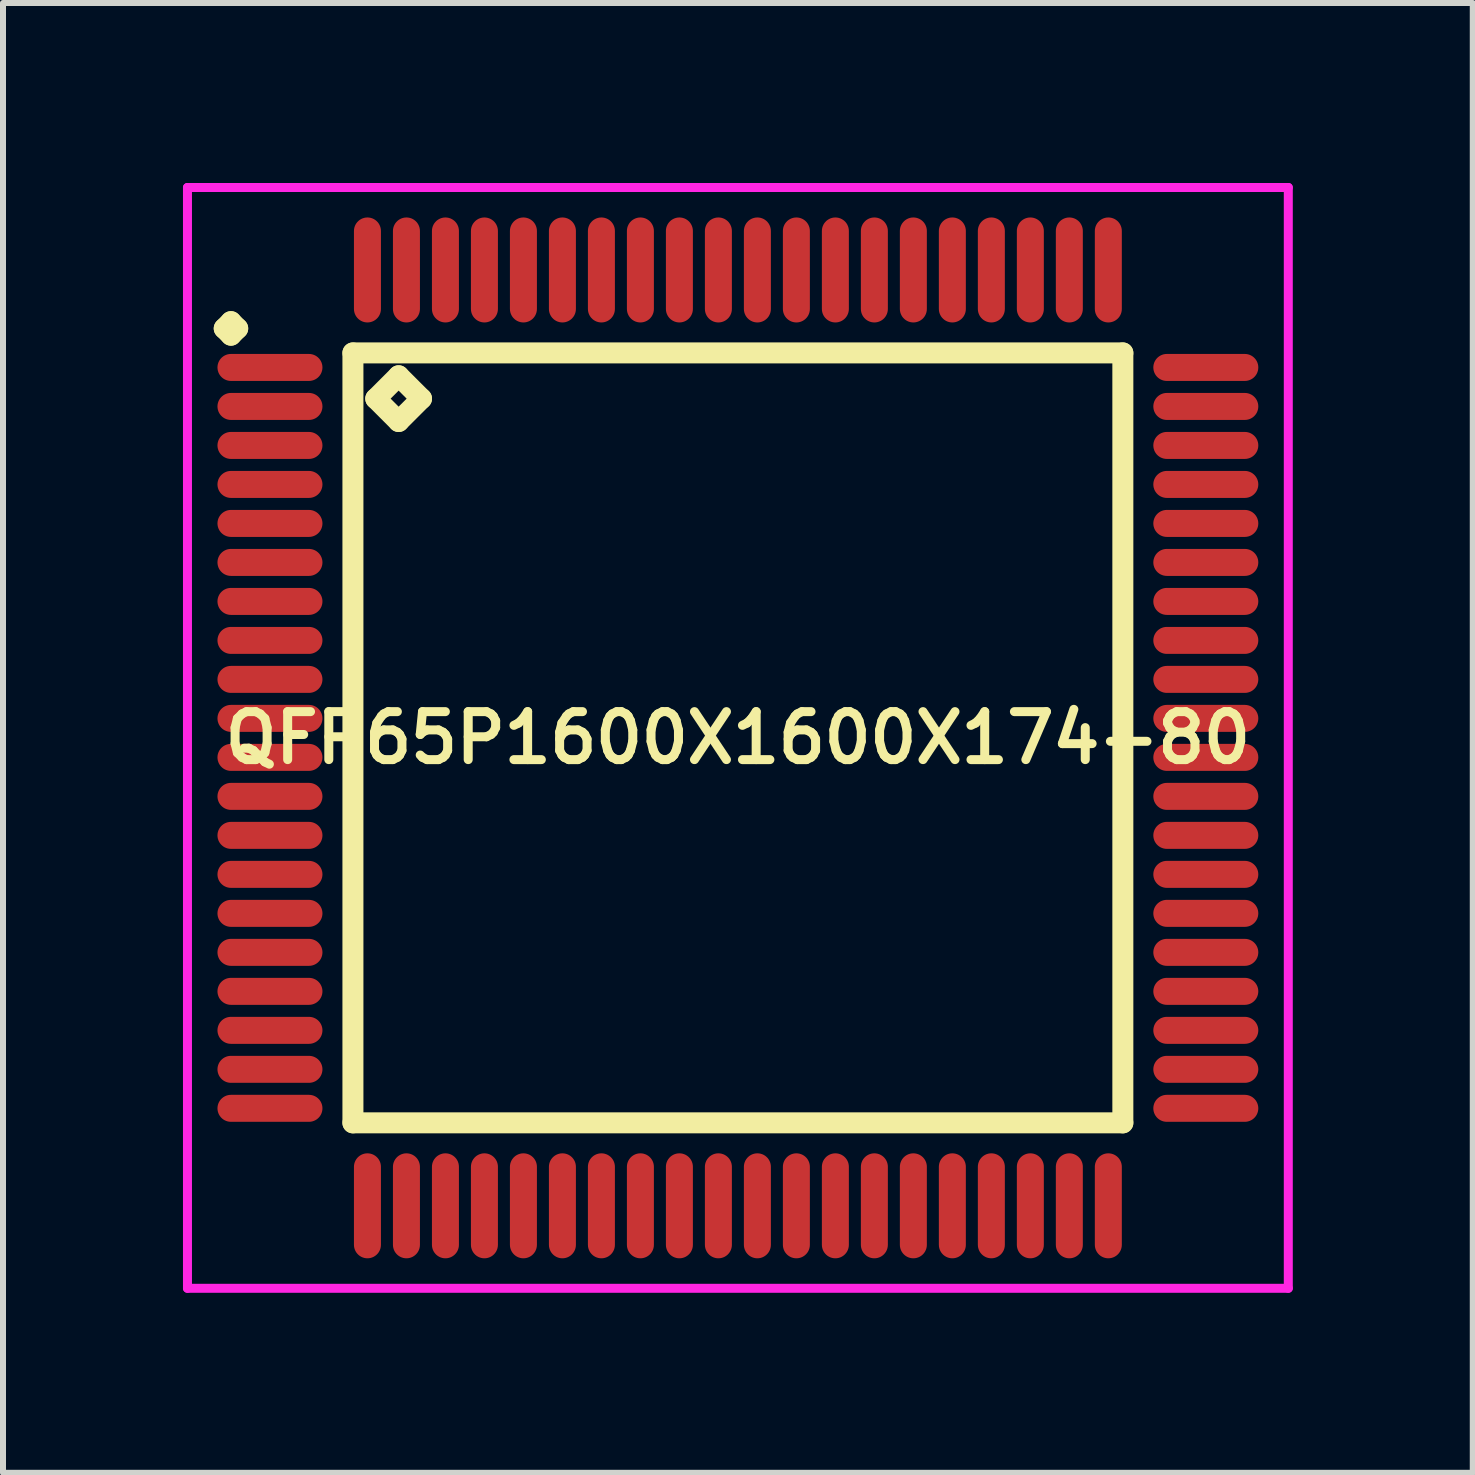
<source format=kicad_pcb>
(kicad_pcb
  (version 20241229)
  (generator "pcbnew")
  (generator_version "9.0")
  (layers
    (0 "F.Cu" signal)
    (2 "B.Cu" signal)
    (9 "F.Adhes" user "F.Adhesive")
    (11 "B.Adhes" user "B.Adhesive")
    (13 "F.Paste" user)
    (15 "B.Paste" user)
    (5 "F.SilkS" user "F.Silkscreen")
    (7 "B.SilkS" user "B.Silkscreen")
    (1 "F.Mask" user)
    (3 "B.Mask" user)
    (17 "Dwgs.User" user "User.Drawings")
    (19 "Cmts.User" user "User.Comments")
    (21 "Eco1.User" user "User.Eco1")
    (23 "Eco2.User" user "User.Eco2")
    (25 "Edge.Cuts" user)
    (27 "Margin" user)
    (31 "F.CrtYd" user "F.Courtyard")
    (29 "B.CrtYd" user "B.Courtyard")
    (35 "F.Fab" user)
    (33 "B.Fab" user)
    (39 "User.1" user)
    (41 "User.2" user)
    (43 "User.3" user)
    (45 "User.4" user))
  (footprint "QFP65P1600X1600X174-80"
    (layer "F.Cu")
    (at 9.25 9.25)
    (property "Reference" "QFP65P1600X1600X174-80" (at 0 0 0) (layer "F.SilkS") (effects (font (size 0.8 0.8) (thickness 0.15))))
    (attr smd)
    (fp_line (start -8.562 -6.825) (end -8.45 -6.938) (stroke (width 0.35) (type solid)) (layer "F.SilkS"))
    (fp_line (start -8.45 -6.938) (end -8.338 -6.825) (stroke (width 0.35) (type solid)) (layer "F.SilkS"))
    (fp_line (start -8.45 -6.713) (end -8.562 -6.825) (stroke (width 0.35) (type solid)) (layer "F.SilkS"))
    (fp_line (start -8.338 -6.825) (end -8.45 -6.713) (stroke (width 0.35) (type solid)) (layer "F.SilkS"))
    (fp_line (start -6.417 -6.417) (end -6.417 6.417) (stroke (width 0.35) (type solid)) (layer "F.SilkS"))
    (fp_line (start -6.417 6.417) (end 6.417 6.417) (stroke (width 0.35) (type solid)) (layer "F.SilkS"))
    (fp_line (start -6.036 -5.655) (end -5.655 -6.036) (stroke (width 0.35) (type solid)) (layer "F.SilkS"))
    (fp_line (start -5.655 -6.036) (end -5.274 -5.655) (stroke (width 0.35) (type solid)) (layer "F.SilkS"))
    (fp_line (start -5.655 -5.274) (end -6.036 -5.655) (stroke (width 0.35) (type solid)) (layer "F.SilkS"))
    (fp_line (start -5.274 -5.655) (end -5.655 -5.274) (stroke (width 0.35) (type solid)) (layer "F.SilkS"))
    (fp_line (start 6.417 -6.417) (end -6.417 -6.417) (stroke (width 0.35) (type solid)) (layer "F.SilkS"))
    (fp_line (start 6.417 6.417) (end 6.417 -6.417) (stroke (width 0.35) (type solid)) (layer "F.SilkS"))
    (fp_line (start -9.175 -9.175) (end 9.175 -9.175) (stroke (width 0.15) (type solid)) (layer "F.CrtYd"))
    (fp_line (start -9.175 9.175) (end -9.175 -9.175) (stroke (width 0.15) (type solid)) (layer "F.CrtYd"))
    (fp_line (start 9.175 -9.175) (end 9.175 9.175) (stroke (width 0.15) (type solid)) (layer "F.CrtYd"))
    (fp_line (start 9.175 9.175) (end -9.175 9.175) (stroke (width 0.15) (type solid)) (layer "F.CrtYd"))
    (pad "1" smd oval (at -7.8 -6.175) (size 1.75 0.45) (layers "F.Cu" "F.Mask" "F.Paste"))
    (pad "2" smd oval (at -7.8 -5.525) (size 1.75 0.45) (layers "F.Cu" "F.Mask" "F.Paste"))
    (pad "3" smd oval (at -7.8 -4.875) (size 1.75 0.45) (layers "F.Cu" "F.Mask" "F.Paste"))
    (pad "4" smd oval (at -7.8 -4.225) (size 1.75 0.45) (layers "F.Cu" "F.Mask" "F.Paste"))
    (pad "5" smd oval (at -7.8 -3.575) (size 1.75 0.45) (layers "F.Cu" "F.Mask" "F.Paste"))
    (pad "6" smd oval (at -7.8 -2.925) (size 1.75 0.45) (layers "F.Cu" "F.Mask" "F.Paste"))
    (pad "7" smd oval (at -7.8 -2.275) (size 1.75 0.45) (layers "F.Cu" "F.Mask" "F.Paste"))
    (pad "8" smd oval (at -7.8 -1.625) (size 1.75 0.45) (layers "F.Cu" "F.Mask" "F.Paste"))
    (pad "9" smd oval (at -7.8 -0.975) (size 1.75 0.45) (layers "F.Cu" "F.Mask" "F.Paste"))
    (pad "10" smd oval (at -7.8 -0.325) (size 1.75 0.45) (layers "F.Cu" "F.Mask" "F.Paste"))
    (pad "11" smd oval (at -7.8 0.325) (size 1.75 0.45) (layers "F.Cu" "F.Mask" "F.Paste"))
    (pad "12" smd oval (at -7.8 0.975) (size 1.75 0.45) (layers "F.Cu" "F.Mask" "F.Paste"))
    (pad "13" smd oval (at -7.8 1.625) (size 1.75 0.45) (layers "F.Cu" "F.Mask" "F.Paste"))
    (pad "14" smd oval (at -7.8 2.275) (size 1.75 0.45) (layers "F.Cu" "F.Mask" "F.Paste"))
    (pad "15" smd oval (at -7.8 2.925) (size 1.75 0.45) (layers "F.Cu" "F.Mask" "F.Paste"))
    (pad "16" smd oval (at -7.8 3.575) (size 1.75 0.45) (layers "F.Cu" "F.Mask" "F.Paste"))
    (pad "17" smd oval (at -7.8 4.225) (size 1.75 0.45) (layers "F.Cu" "F.Mask" "F.Paste"))
    (pad "18" smd oval (at -7.8 4.875) (size 1.75 0.45) (layers "F.Cu" "F.Mask" "F.Paste"))
    (pad "19" smd oval (at -7.8 5.525) (size 1.75 0.45) (layers "F.Cu" "F.Mask" "F.Paste"))
    (pad "20" smd oval (at -7.8 6.175) (size 1.75 0.45) (layers "F.Cu" "F.Mask" "F.Paste"))
    (pad "21" smd oval (at -6.175 7.8) (size 0.45 1.75) (layers "F.Cu" "F.Mask" "F.Paste"))
    (pad "22" smd oval (at -5.525 7.8) (size 0.45 1.75) (layers "F.Cu" "F.Mask" "F.Paste"))
    (pad "23" smd oval (at -4.875 7.8) (size 0.45 1.75) (layers "F.Cu" "F.Mask" "F.Paste"))
    (pad "24" smd oval (at -4.225 7.8) (size 0.45 1.75) (layers "F.Cu" "F.Mask" "F.Paste"))
    (pad "25" smd oval (at -3.575 7.8) (size 0.45 1.75) (layers "F.Cu" "F.Mask" "F.Paste"))
    (pad "26" smd oval (at -2.925 7.8) (size 0.45 1.75) (layers "F.Cu" "F.Mask" "F.Paste"))
    (pad "27" smd oval (at -2.275 7.8) (size 0.45 1.75) (layers "F.Cu" "F.Mask" "F.Paste"))
    (pad "28" smd oval (at -1.625 7.8) (size 0.45 1.75) (layers "F.Cu" "F.Mask" "F.Paste"))
    (pad "29" smd oval (at -0.975 7.8) (size 0.45 1.75) (layers "F.Cu" "F.Mask" "F.Paste"))
    (pad "30" smd oval (at -0.325 7.8) (size 0.45 1.75) (layers "F.Cu" "F.Mask" "F.Paste"))
    (pad "31" smd oval (at 0.325 7.8) (size 0.45 1.75) (layers "F.Cu" "F.Mask" "F.Paste"))
    (pad "32" smd oval (at 0.975 7.8) (size 0.45 1.75) (layers "F.Cu" "F.Mask" "F.Paste"))
    (pad "33" smd oval (at 1.625 7.8) (size 0.45 1.75) (layers "F.Cu" "F.Mask" "F.Paste"))
    (pad "34" smd oval (at 2.275 7.8) (size 0.45 1.75) (layers "F.Cu" "F.Mask" "F.Paste"))
    (pad "35" smd oval (at 2.925 7.8) (size 0.45 1.75) (layers "F.Cu" "F.Mask" "F.Paste"))
    (pad "36" smd oval (at 3.575 7.8) (size 0.45 1.75) (layers "F.Cu" "F.Mask" "F.Paste"))
    (pad "37" smd oval (at 4.225 7.8) (size 0.45 1.75) (layers "F.Cu" "F.Mask" "F.Paste"))
    (pad "38" smd oval (at 4.875 7.8) (size 0.45 1.75) (layers "F.Cu" "F.Mask" "F.Paste"))
    (pad "39" smd oval (at 5.525 7.8) (size 0.45 1.75) (layers "F.Cu" "F.Mask" "F.Paste"))
    (pad "40" smd oval (at 6.175 7.8) (size 0.45 1.75) (layers "F.Cu" "F.Mask" "F.Paste"))
    (pad "41" smd oval (at 7.8 6.175) (size 1.75 0.45) (layers "F.Cu" "F.Mask" "F.Paste"))
    (pad "42" smd oval (at 7.8 5.525) (size 1.75 0.45) (layers "F.Cu" "F.Mask" "F.Paste"))
    (pad "43" smd oval (at 7.8 4.875) (size 1.75 0.45) (layers "F.Cu" "F.Mask" "F.Paste"))
    (pad "44" smd oval (at 7.8 4.225) (size 1.75 0.45) (layers "F.Cu" "F.Mask" "F.Paste"))
    (pad "45" smd oval (at 7.8 3.575) (size 1.75 0.45) (layers "F.Cu" "F.Mask" "F.Paste"))
    (pad "46" smd oval (at 7.8 2.925) (size 1.75 0.45) (layers "F.Cu" "F.Mask" "F.Paste"))
    (pad "47" smd oval (at 7.8 2.275) (size 1.75 0.45) (layers "F.Cu" "F.Mask" "F.Paste"))
    (pad "48" smd oval (at 7.8 1.625) (size 1.75 0.45) (layers "F.Cu" "F.Mask" "F.Paste"))
    (pad "49" smd oval (at 7.8 0.975) (size 1.75 0.45) (layers "F.Cu" "F.Mask" "F.Paste"))
    (pad "50" smd oval (at 7.8 0.325) (size 1.75 0.45) (layers "F.Cu" "F.Mask" "F.Paste"))
    (pad "51" smd oval (at 7.8 -0.325) (size 1.75 0.45) (layers "F.Cu" "F.Mask" "F.Paste"))
    (pad "52" smd oval (at 7.8 -0.975) (size 1.75 0.45) (layers "F.Cu" "F.Mask" "F.Paste"))
    (pad "53" smd oval (at 7.8 -1.625) (size 1.75 0.45) (layers "F.Cu" "F.Mask" "F.Paste"))
    (pad "54" smd oval (at 7.8 -2.275) (size 1.75 0.45) (layers "F.Cu" "F.Mask" "F.Paste"))
    (pad "55" smd oval (at 7.8 -2.925) (size 1.75 0.45) (layers "F.Cu" "F.Mask" "F.Paste"))
    (pad "56" smd oval (at 7.8 -3.575) (size 1.75 0.45) (layers "F.Cu" "F.Mask" "F.Paste"))
    (pad "57" smd oval (at 7.8 -4.225) (size 1.75 0.45) (layers "F.Cu" "F.Mask" "F.Paste"))
    (pad "58" smd oval (at 7.8 -4.875) (size 1.75 0.45) (layers "F.Cu" "F.Mask" "F.Paste"))
    (pad "59" smd oval (at 7.8 -5.525) (size 1.75 0.45) (layers "F.Cu" "F.Mask" "F.Paste"))
    (pad "60" smd oval (at 7.8 -6.175) (size 1.75 0.45) (layers "F.Cu" "F.Mask" "F.Paste"))
    (pad "61" smd oval (at 6.175 -7.8) (size 0.45 1.75) (layers "F.Cu" "F.Mask" "F.Paste"))
    (pad "62" smd oval (at 5.525 -7.8) (size 0.45 1.75) (layers "F.Cu" "F.Mask" "F.Paste"))
    (pad "63" smd oval (at 4.875 -7.8) (size 0.45 1.75) (layers "F.Cu" "F.Mask" "F.Paste"))
    (pad "64" smd oval (at 4.225 -7.8) (size 0.45 1.75) (layers "F.Cu" "F.Mask" "F.Paste"))
    (pad "65" smd oval (at 3.575 -7.8) (size 0.45 1.75) (layers "F.Cu" "F.Mask" "F.Paste"))
    (pad "66" smd oval (at 2.925 -7.8) (size 0.45 1.75) (layers "F.Cu" "F.Mask" "F.Paste"))
    (pad "67" smd oval (at 2.275 -7.8) (size 0.45 1.75) (layers "F.Cu" "F.Mask" "F.Paste"))
    (pad "68" smd oval (at 1.625 -7.8) (size 0.45 1.75) (layers "F.Cu" "F.Mask" "F.Paste"))
    (pad "69" smd oval (at 0.975 -7.8) (size 0.45 1.75) (layers "F.Cu" "F.Mask" "F.Paste"))
    (pad "70" smd oval (at 0.325 -7.8) (size 0.45 1.75) (layers "F.Cu" "F.Mask" "F.Paste"))
    (pad "71" smd oval (at -0.325 -7.8) (size 0.45 1.75) (layers "F.Cu" "F.Mask" "F.Paste"))
    (pad "72" smd oval (at -0.975 -7.8) (size 0.45 1.75) (layers "F.Cu" "F.Mask" "F.Paste"))
    (pad "73" smd oval (at -1.625 -7.8) (size 0.45 1.75) (layers "F.Cu" "F.Mask" "F.Paste"))
    (pad "74" smd oval (at -2.275 -7.8) (size 0.45 1.75) (layers "F.Cu" "F.Mask" "F.Paste"))
    (pad "75" smd oval (at -2.925 -7.8) (size 0.45 1.75) (layers "F.Cu" "F.Mask" "F.Paste"))
    (pad "76" smd oval (at -3.575 -7.8) (size 0.45 1.75) (layers "F.Cu" "F.Mask" "F.Paste"))
    (pad "77" smd oval (at -4.225 -7.8) (size 0.45 1.75) (layers "F.Cu" "F.Mask" "F.Paste"))
    (pad "78" smd oval (at -4.875 -7.8) (size 0.45 1.75) (layers "F.Cu" "F.Mask" "F.Paste"))
    (pad "79" smd oval (at -5.525 -7.8) (size 0.45 1.75) (layers "F.Cu" "F.Mask" "F.Paste"))
    (pad "80" smd oval (at -6.175 -7.8) (size 0.45 1.75) (layers "F.Cu" "F.Mask" "F.Paste")))
  (gr_rect
    (start -3 -3)
    (end 21.5 21.5)
    (stroke (width 0.1) (type default))
    (fill no)
    (layer "Edge.Cuts")))
</source>
